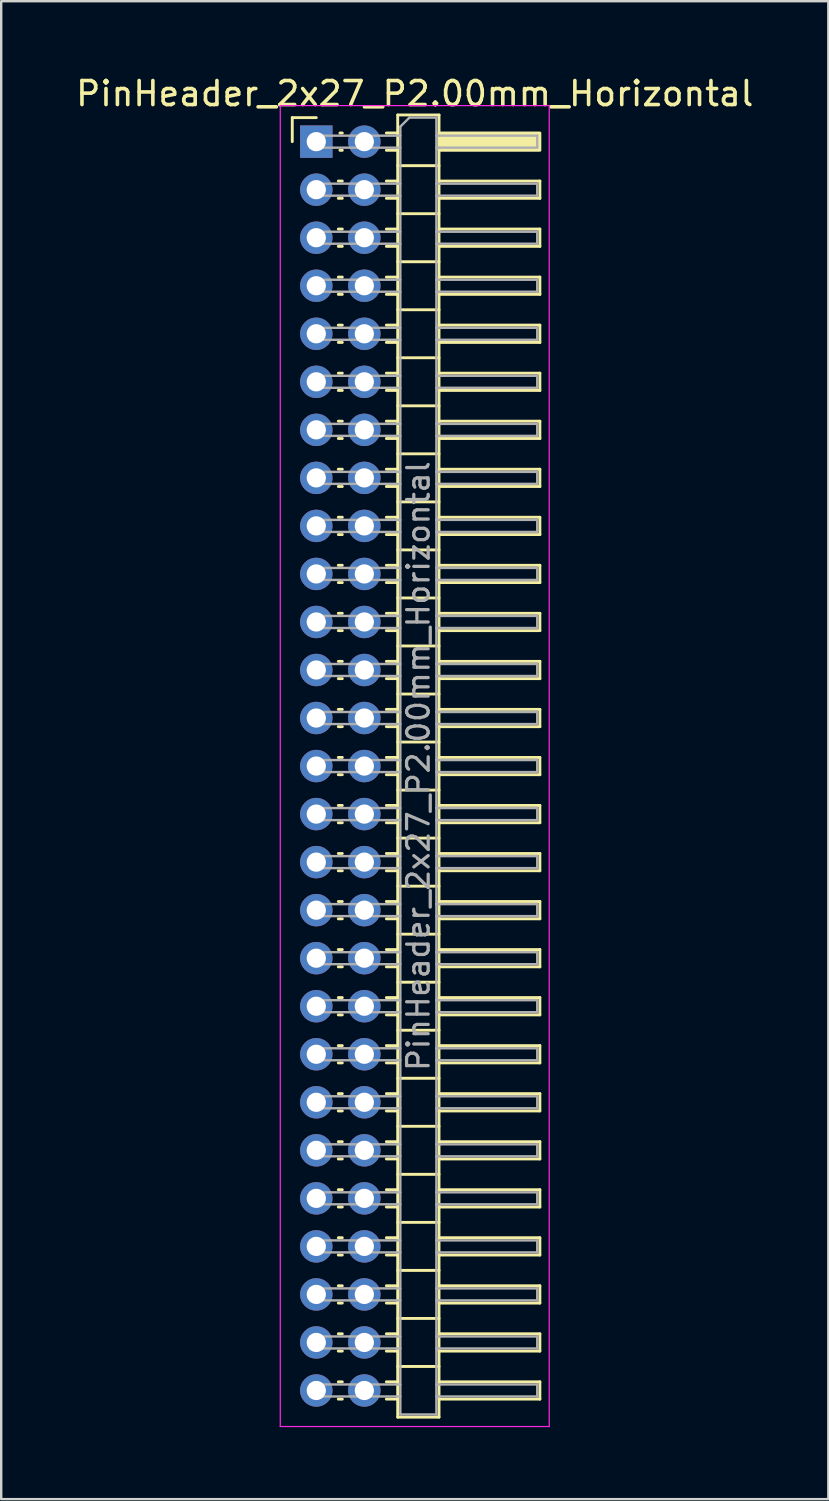
<source format=kicad_pcb>
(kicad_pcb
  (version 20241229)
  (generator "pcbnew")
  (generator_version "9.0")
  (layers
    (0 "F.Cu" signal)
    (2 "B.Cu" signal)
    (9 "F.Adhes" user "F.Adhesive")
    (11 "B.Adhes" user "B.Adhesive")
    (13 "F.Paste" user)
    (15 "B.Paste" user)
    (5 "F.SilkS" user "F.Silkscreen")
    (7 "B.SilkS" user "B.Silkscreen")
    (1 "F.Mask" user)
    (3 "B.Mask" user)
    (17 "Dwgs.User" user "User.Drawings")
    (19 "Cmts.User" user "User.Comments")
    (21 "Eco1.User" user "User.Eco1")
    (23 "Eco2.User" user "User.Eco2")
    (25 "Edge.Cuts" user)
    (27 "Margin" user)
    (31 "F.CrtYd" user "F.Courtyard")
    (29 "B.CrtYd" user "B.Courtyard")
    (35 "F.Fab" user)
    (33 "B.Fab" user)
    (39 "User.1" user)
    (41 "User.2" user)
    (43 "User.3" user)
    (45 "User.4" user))
  (footprint "PinHeader_2x27_P2.00mm_Horizontal"
    (layer "F.Cu")
    (at 10.12 2.848)
    (property "Reference" "PinHeader_2x27_P2.00mm_Horizontal" (at 4.1 -2 0) (layer "F.SilkS") (effects (font (size 1 1) (thickness 0.15))))
    (attr through_hole)
    (fp_line (start -1 -1) (end 0 -1) (stroke (width 0.12) (type solid)) (layer "F.SilkS"))
    (fp_line (start -1 0) (end -1 -1) (stroke (width 0.12) (type solid)) (layer "F.SilkS"))
    (fp_line (start 0.917 1.64) (end 1.083 1.64) (stroke (width 0.12) (type solid)) (layer "F.SilkS"))
    (fp_line (start 0.917 2.36) (end 1.083 2.36) (stroke (width 0.12) (type solid)) (layer "F.SilkS"))
    (fp_line (start 0.917 3.64) (end 1.083 3.64) (stroke (width 0.12) (type solid)) (layer "F.SilkS"))
    (fp_line (start 0.917 4.36) (end 1.083 4.36) (stroke (width 0.12) (type solid)) (layer "F.SilkS"))
    (fp_line (start 0.917 5.64) (end 1.083 5.64) (stroke (width 0.12) (type solid)) (layer "F.SilkS"))
    (fp_line (start 0.917 6.36) (end 1.083 6.36) (stroke (width 0.12) (type solid)) (layer "F.SilkS"))
    (fp_line (start 0.917 7.64) (end 1.083 7.64) (stroke (width 0.12) (type solid)) (layer "F.SilkS"))
    (fp_line (start 0.917 8.36) (end 1.083 8.36) (stroke (width 0.12) (type solid)) (layer "F.SilkS"))
    (fp_line (start 0.917 9.64) (end 1.083 9.64) (stroke (width 0.12) (type solid)) (layer "F.SilkS"))
    (fp_line (start 0.917 10.36) (end 1.083 10.36) (stroke (width 0.12) (type solid)) (layer "F.SilkS"))
    (fp_line (start 0.917 11.64) (end 1.083 11.64) (stroke (width 0.12) (type solid)) (layer "F.SilkS"))
    (fp_line (start 0.917 12.36) (end 1.083 12.36) (stroke (width 0.12) (type solid)) (layer "F.SilkS"))
    (fp_line (start 0.917 13.64) (end 1.083 13.64) (stroke (width 0.12) (type solid)) (layer "F.SilkS"))
    (fp_line (start 0.917 14.36) (end 1.083 14.36) (stroke (width 0.12) (type solid)) (layer "F.SilkS"))
    (fp_line (start 0.917 15.64) (end 1.083 15.64) (stroke (width 0.12) (type solid)) (layer "F.SilkS"))
    (fp_line (start 0.917 16.36) (end 1.083 16.36) (stroke (width 0.12) (type solid)) (layer "F.SilkS"))
    (fp_line (start 0.917 17.64) (end 1.083 17.64) (stroke (width 0.12) (type solid)) (layer "F.SilkS"))
    (fp_line (start 0.917 18.36) (end 1.083 18.36) (stroke (width 0.12) (type solid)) (layer "F.SilkS"))
    (fp_line (start 0.917 19.64) (end 1.083 19.64) (stroke (width 0.12) (type solid)) (layer "F.SilkS"))
    (fp_line (start 0.917 20.36) (end 1.083 20.36) (stroke (width 0.12) (type solid)) (layer "F.SilkS"))
    (fp_line (start 0.917 21.64) (end 1.083 21.64) (stroke (width 0.12) (type solid)) (layer "F.SilkS"))
    (fp_line (start 0.917 22.36) (end 1.083 22.36) (stroke (width 0.12) (type solid)) (layer "F.SilkS"))
    (fp_line (start 0.917 23.64) (end 1.083 23.64) (stroke (width 0.12) (type solid)) (layer "F.SilkS"))
    (fp_line (start 0.917 24.36) (end 1.083 24.36) (stroke (width 0.12) (type solid)) (layer "F.SilkS"))
    (fp_line (start 0.917 25.64) (end 1.083 25.64) (stroke (width 0.12) (type solid)) (layer "F.SilkS"))
    (fp_line (start 0.917 26.36) (end 1.083 26.36) (stroke (width 0.12) (type solid)) (layer "F.SilkS"))
    (fp_line (start 0.917 27.64) (end 1.083 27.64) (stroke (width 0.12) (type solid)) (layer "F.SilkS"))
    (fp_line (start 0.917 28.36) (end 1.083 28.36) (stroke (width 0.12) (type solid)) (layer "F.SilkS"))
    (fp_line (start 0.917 29.64) (end 1.083 29.64) (stroke (width 0.12) (type solid)) (layer "F.SilkS"))
    (fp_line (start 0.917 30.36) (end 1.083 30.36) (stroke (width 0.12) (type solid)) (layer "F.SilkS"))
    (fp_line (start 0.917 31.64) (end 1.083 31.64) (stroke (width 0.12) (type solid)) (layer "F.SilkS"))
    (fp_line (start 0.917 32.36) (end 1.083 32.36) (stroke (width 0.12) (type solid)) (layer "F.SilkS"))
    (fp_line (start 0.917 33.64) (end 1.083 33.64) (stroke (width 0.12) (type solid)) (layer "F.SilkS"))
    (fp_line (start 0.917 34.36) (end 1.083 34.36) (stroke (width 0.12) (type solid)) (layer "F.SilkS"))
    (fp_line (start 0.917 35.64) (end 1.083 35.64) (stroke (width 0.12) (type solid)) (layer "F.SilkS"))
    (fp_line (start 0.917 36.36) (end 1.083 36.36) (stroke (width 0.12) (type solid)) (layer "F.SilkS"))
    (fp_line (start 0.917 37.64) (end 1.083 37.64) (stroke (width 0.12) (type solid)) (layer "F.SilkS"))
    (fp_line (start 0.917 38.36) (end 1.083 38.36) (stroke (width 0.12) (type solid)) (layer "F.SilkS"))
    (fp_line (start 0.917 39.64) (end 1.083 39.64) (stroke (width 0.12) (type solid)) (layer "F.SilkS"))
    (fp_line (start 0.917 40.36) (end 1.083 40.36) (stroke (width 0.12) (type solid)) (layer "F.SilkS"))
    (fp_line (start 0.917 41.64) (end 1.083 41.64) (stroke (width 0.12) (type solid)) (layer "F.SilkS"))
    (fp_line (start 0.917 42.36) (end 1.083 42.36) (stroke (width 0.12) (type solid)) (layer "F.SilkS"))
    (fp_line (start 0.917 43.64) (end 1.083 43.64) (stroke (width 0.12) (type solid)) (layer "F.SilkS"))
    (fp_line (start 0.917 44.36) (end 1.083 44.36) (stroke (width 0.12) (type solid)) (layer "F.SilkS"))
    (fp_line (start 0.917 45.64) (end 1.083 45.64) (stroke (width 0.12) (type solid)) (layer "F.SilkS"))
    (fp_line (start 0.917 46.36) (end 1.083 46.36) (stroke (width 0.12) (type solid)) (layer "F.SilkS"))
    (fp_line (start 0.917 47.64) (end 1.083 47.64) (stroke (width 0.12) (type solid)) (layer "F.SilkS"))
    (fp_line (start 0.917 48.36) (end 1.083 48.36) (stroke (width 0.12) (type solid)) (layer "F.SilkS"))
    (fp_line (start 0.917 49.64) (end 1.083 49.64) (stroke (width 0.12) (type solid)) (layer "F.SilkS"))
    (fp_line (start 0.917 50.36) (end 1.083 50.36) (stroke (width 0.12) (type solid)) (layer "F.SilkS"))
    (fp_line (start 0.917 51.64) (end 1.083 51.64) (stroke (width 0.12) (type solid)) (layer "F.SilkS"))
    (fp_line (start 0.917 52.36) (end 1.083 52.36) (stroke (width 0.12) (type solid)) (layer "F.SilkS"))
    (fp_line (start 0.985 -0.36) (end 1.083 -0.36) (stroke (width 0.12) (type solid)) (layer "F.SilkS"))
    (fp_line (start 0.985 0.36) (end 1.083 0.36) (stroke (width 0.12) (type solid)) (layer "F.SilkS"))
    (fp_line (start 2.917 -0.36) (end 3.39 -0.36) (stroke (width 0.12) (type solid)) (layer "F.SilkS"))
    (fp_line (start 2.917 0.36) (end 3.39 0.36) (stroke (width 0.12) (type solid)) (layer "F.SilkS"))
    (fp_line (start 2.917 1.64) (end 3.39 1.64) (stroke (width 0.12) (type solid)) (layer "F.SilkS"))
    (fp_line (start 2.917 2.36) (end 3.39 2.36) (stroke (width 0.12) (type solid)) (layer "F.SilkS"))
    (fp_line (start 2.917 3.64) (end 3.39 3.64) (stroke (width 0.12) (type solid)) (layer "F.SilkS"))
    (fp_line (start 2.917 4.36) (end 3.39 4.36) (stroke (width 0.12) (type solid)) (layer "F.SilkS"))
    (fp_line (start 2.917 5.64) (end 3.39 5.64) (stroke (width 0.12) (type solid)) (layer "F.SilkS"))
    (fp_line (start 2.917 6.36) (end 3.39 6.36) (stroke (width 0.12) (type solid)) (layer "F.SilkS"))
    (fp_line (start 2.917 7.64) (end 3.39 7.64) (stroke (width 0.12) (type solid)) (layer "F.SilkS"))
    (fp_line (start 2.917 8.36) (end 3.39 8.36) (stroke (width 0.12) (type solid)) (layer "F.SilkS"))
    (fp_line (start 2.917 9.64) (end 3.39 9.64) (stroke (width 0.12) (type solid)) (layer "F.SilkS"))
    (fp_line (start 2.917 10.36) (end 3.39 10.36) (stroke (width 0.12) (type solid)) (layer "F.SilkS"))
    (fp_line (start 2.917 11.64) (end 3.39 11.64) (stroke (width 0.12) (type solid)) (layer "F.SilkS"))
    (fp_line (start 2.917 12.36) (end 3.39 12.36) (stroke (width 0.12) (type solid)) (layer "F.SilkS"))
    (fp_line (start 2.917 13.64) (end 3.39 13.64) (stroke (width 0.12) (type solid)) (layer "F.SilkS"))
    (fp_line (start 2.917 14.36) (end 3.39 14.36) (stroke (width 0.12) (type solid)) (layer "F.SilkS"))
    (fp_line (start 2.917 15.64) (end 3.39 15.64) (stroke (width 0.12) (type solid)) (layer "F.SilkS"))
    (fp_line (start 2.917 16.36) (end 3.39 16.36) (stroke (width 0.12) (type solid)) (layer "F.SilkS"))
    (fp_line (start 2.917 17.64) (end 3.39 17.64) (stroke (width 0.12) (type solid)) (layer "F.SilkS"))
    (fp_line (start 2.917 18.36) (end 3.39 18.36) (stroke (width 0.12) (type solid)) (layer "F.SilkS"))
    (fp_line (start 2.917 19.64) (end 3.39 19.64) (stroke (width 0.12) (type solid)) (layer "F.SilkS"))
    (fp_line (start 2.917 20.36) (end 3.39 20.36) (stroke (width 0.12) (type solid)) (layer "F.SilkS"))
    (fp_line (start 2.917 21.64) (end 3.39 21.64) (stroke (width 0.12) (type solid)) (layer "F.SilkS"))
    (fp_line (start 2.917 22.36) (end 3.39 22.36) (stroke (width 0.12) (type solid)) (layer "F.SilkS"))
    (fp_line (start 2.917 23.64) (end 3.39 23.64) (stroke (width 0.12) (type solid)) (layer "F.SilkS"))
    (fp_line (start 2.917 24.36) (end 3.39 24.36) (stroke (width 0.12) (type solid)) (layer "F.SilkS"))
    (fp_line (start 2.917 25.64) (end 3.39 25.64) (stroke (width 0.12) (type solid)) (layer "F.SilkS"))
    (fp_line (start 2.917 26.36) (end 3.39 26.36) (stroke (width 0.12) (type solid)) (layer "F.SilkS"))
    (fp_line (start 2.917 27.64) (end 3.39 27.64) (stroke (width 0.12) (type solid)) (layer "F.SilkS"))
    (fp_line (start 2.917 28.36) (end 3.39 28.36) (stroke (width 0.12) (type solid)) (layer "F.SilkS"))
    (fp_line (start 2.917 29.64) (end 3.39 29.64) (stroke (width 0.12) (type solid)) (layer "F.SilkS"))
    (fp_line (start 2.917 30.36) (end 3.39 30.36) (stroke (width 0.12) (type solid)) (layer "F.SilkS"))
    (fp_line (start 2.917 31.64) (end 3.39 31.64) (stroke (width 0.12) (type solid)) (layer "F.SilkS"))
    (fp_line (start 2.917 32.36) (end 3.39 32.36) (stroke (width 0.12) (type solid)) (layer "F.SilkS"))
    (fp_line (start 2.917 33.64) (end 3.39 33.64) (stroke (width 0.12) (type solid)) (layer "F.SilkS"))
    (fp_line (start 2.917 34.36) (end 3.39 34.36) (stroke (width 0.12) (type solid)) (layer "F.SilkS"))
    (fp_line (start 2.917 35.64) (end 3.39 35.64) (stroke (width 0.12) (type solid)) (layer "F.SilkS"))
    (fp_line (start 2.917 36.36) (end 3.39 36.36) (stroke (width 0.12) (type solid)) (layer "F.SilkS"))
    (fp_line (start 2.917 37.64) (end 3.39 37.64) (stroke (width 0.12) (type solid)) (layer "F.SilkS"))
    (fp_line (start 2.917 38.36) (end 3.39 38.36) (stroke (width 0.12) (type solid)) (layer "F.SilkS"))
    (fp_line (start 2.917 39.64) (end 3.39 39.64) (stroke (width 0.12) (type solid)) (layer "F.SilkS"))
    (fp_line (start 2.917 40.36) (end 3.39 40.36) (stroke (width 0.12) (type solid)) (layer "F.SilkS"))
    (fp_line (start 2.917 41.64) (end 3.39 41.64) (stroke (width 0.12) (type solid)) (layer "F.SilkS"))
    (fp_line (start 2.917 42.36) (end 3.39 42.36) (stroke (width 0.12) (type solid)) (layer "F.SilkS"))
    (fp_line (start 2.917 43.64) (end 3.39 43.64) (stroke (width 0.12) (type solid)) (layer "F.SilkS"))
    (fp_line (start 2.917 44.36) (end 3.39 44.36) (stroke (width 0.12) (type solid)) (layer "F.SilkS"))
    (fp_line (start 2.917 45.64) (end 3.39 45.64) (stroke (width 0.12) (type solid)) (layer "F.SilkS"))
    (fp_line (start 2.917 46.36) (end 3.39 46.36) (stroke (width 0.12) (type solid)) (layer "F.SilkS"))
    (fp_line (start 2.917 47.64) (end 3.39 47.64) (stroke (width 0.12) (type solid)) (layer "F.SilkS"))
    (fp_line (start 2.917 48.36) (end 3.39 48.36) (stroke (width 0.12) (type solid)) (layer "F.SilkS"))
    (fp_line (start 2.917 49.64) (end 3.39 49.64) (stroke (width 0.12) (type solid)) (layer "F.SilkS"))
    (fp_line (start 2.917 50.36) (end 3.39 50.36) (stroke (width 0.12) (type solid)) (layer "F.SilkS"))
    (fp_line (start 2.917 51.64) (end 3.39 51.64) (stroke (width 0.12) (type solid)) (layer "F.SilkS"))
    (fp_line (start 2.917 52.36) (end 3.39 52.36) (stroke (width 0.12) (type solid)) (layer "F.SilkS"))
    (fp_line (start 3.39 -1.11) (end 3.39 53.11) (stroke (width 0.12) (type solid)) (layer "F.SilkS"))
    (fp_line (start 3.39 1) (end 5.11 1) (stroke (width 0.12) (type solid)) (layer "F.SilkS"))
    (fp_line (start 3.39 3) (end 5.11 3) (stroke (width 0.12) (type solid)) (layer "F.SilkS"))
    (fp_line (start 3.39 5) (end 5.11 5) (stroke (width 0.12) (type solid)) (layer "F.SilkS"))
    (fp_line (start 3.39 7) (end 5.11 7) (stroke (width 0.12) (type solid)) (layer "F.SilkS"))
    (fp_line (start 3.39 9) (end 5.11 9) (stroke (width 0.12) (type solid)) (layer "F.SilkS"))
    (fp_line (start 3.39 11) (end 5.11 11) (stroke (width 0.12) (type solid)) (layer "F.SilkS"))
    (fp_line (start 3.39 13) (end 5.11 13) (stroke (width 0.12) (type solid)) (layer "F.SilkS"))
    (fp_line (start 3.39 15) (end 5.11 15) (stroke (width 0.12) (type solid)) (layer "F.SilkS"))
    (fp_line (start 3.39 17) (end 5.11 17) (stroke (width 0.12) (type solid)) (layer "F.SilkS"))
    (fp_line (start 3.39 19) (end 5.11 19) (stroke (width 0.12) (type solid)) (layer "F.SilkS"))
    (fp_line (start 3.39 21) (end 5.11 21) (stroke (width 0.12) (type solid)) (layer "F.SilkS"))
    (fp_line (start 3.39 23) (end 5.11 23) (stroke (width 0.12) (type solid)) (layer "F.SilkS"))
    (fp_line (start 3.39 25) (end 5.11 25) (stroke (width 0.12) (type solid)) (layer "F.SilkS"))
    (fp_line (start 3.39 27) (end 5.11 27) (stroke (width 0.12) (type solid)) (layer "F.SilkS"))
    (fp_line (start 3.39 29) (end 5.11 29) (stroke (width 0.12) (type solid)) (layer "F.SilkS"))
    (fp_line (start 3.39 31) (end 5.11 31) (stroke (width 0.12) (type solid)) (layer "F.SilkS"))
    (fp_line (start 3.39 33) (end 5.11 33) (stroke (width 0.12) (type solid)) (layer "F.SilkS"))
    (fp_line (start 3.39 35) (end 5.11 35) (stroke (width 0.12) (type solid)) (layer "F.SilkS"))
    (fp_line (start 3.39 37) (end 5.11 37) (stroke (width 0.12) (type solid)) (layer "F.SilkS"))
    (fp_line (start 3.39 39) (end 5.11 39) (stroke (width 0.12) (type solid)) (layer "F.SilkS"))
    (fp_line (start 3.39 41) (end 5.11 41) (stroke (width 0.12) (type solid)) (layer "F.SilkS"))
    (fp_line (start 3.39 43) (end 5.11 43) (stroke (width 0.12) (type solid)) (layer "F.SilkS"))
    (fp_line (start 3.39 45) (end 5.11 45) (stroke (width 0.12) (type solid)) (layer "F.SilkS"))
    (fp_line (start 3.39 47) (end 5.11 47) (stroke (width 0.12) (type solid)) (layer "F.SilkS"))
    (fp_line (start 3.39 49) (end 5.11 49) (stroke (width 0.12) (type solid)) (layer "F.SilkS"))
    (fp_line (start 3.39 51) (end 5.11 51) (stroke (width 0.12) (type solid)) (layer "F.SilkS"))
    (fp_line (start 3.39 53.11) (end 5.11 53.11) (stroke (width 0.12) (type solid)) (layer "F.SilkS"))
    (fp_line (start 5.11 -1.11) (end 3.39 -1.11) (stroke (width 0.12) (type solid)) (layer "F.SilkS"))
    (fp_line (start 5.11 1.64) (end 9.31 1.64) (stroke (width 0.12) (type solid)) (layer "F.SilkS"))
    (fp_line (start 5.11 3.64) (end 9.31 3.64) (stroke (width 0.12) (type solid)) (layer "F.SilkS"))
    (fp_line (start 5.11 5.64) (end 9.31 5.64) (stroke (width 0.12) (type solid)) (layer "F.SilkS"))
    (fp_line (start 5.11 7.64) (end 9.31 7.64) (stroke (width 0.12) (type solid)) (layer "F.SilkS"))
    (fp_line (start 5.11 9.64) (end 9.31 9.64) (stroke (width 0.12) (type solid)) (layer "F.SilkS"))
    (fp_line (start 5.11 11.64) (end 9.31 11.64) (stroke (width 0.12) (type solid)) (layer "F.SilkS"))
    (fp_line (start 5.11 13.64) (end 9.31 13.64) (stroke (width 0.12) (type solid)) (layer "F.SilkS"))
    (fp_line (start 5.11 15.64) (end 9.31 15.64) (stroke (width 0.12) (type solid)) (layer "F.SilkS"))
    (fp_line (start 5.11 17.64) (end 9.31 17.64) (stroke (width 0.12) (type solid)) (layer "F.SilkS"))
    (fp_line (start 5.11 19.64) (end 9.31 19.64) (stroke (width 0.12) (type solid)) (layer "F.SilkS"))
    (fp_line (start 5.11 21.64) (end 9.31 21.64) (stroke (width 0.12) (type solid)) (layer "F.SilkS"))
    (fp_line (start 5.11 23.64) (end 9.31 23.64) (stroke (width 0.12) (type solid)) (layer "F.SilkS"))
    (fp_line (start 5.11 25.64) (end 9.31 25.64) (stroke (width 0.12) (type solid)) (layer "F.SilkS"))
    (fp_line (start 5.11 27.64) (end 9.31 27.64) (stroke (width 0.12) (type solid)) (layer "F.SilkS"))
    (fp_line (start 5.11 29.64) (end 9.31 29.64) (stroke (width 0.12) (type solid)) (layer "F.SilkS"))
    (fp_line (start 5.11 31.64) (end 9.31 31.64) (stroke (width 0.12) (type solid)) (layer "F.SilkS"))
    (fp_line (start 5.11 33.64) (end 9.31 33.64) (stroke (width 0.12) (type solid)) (layer "F.SilkS"))
    (fp_line (start 5.11 35.64) (end 9.31 35.64) (stroke (width 0.12) (type solid)) (layer "F.SilkS"))
    (fp_line (start 5.11 37.64) (end 9.31 37.64) (stroke (width 0.12) (type solid)) (layer "F.SilkS"))
    (fp_line (start 5.11 39.64) (end 9.31 39.64) (stroke (width 0.12) (type solid)) (layer "F.SilkS"))
    (fp_line (start 5.11 41.64) (end 9.31 41.64) (stroke (width 0.12) (type solid)) (layer "F.SilkS"))
    (fp_line (start 5.11 43.64) (end 9.31 43.64) (stroke (width 0.12) (type solid)) (layer "F.SilkS"))
    (fp_line (start 5.11 45.64) (end 9.31 45.64) (stroke (width 0.12) (type solid)) (layer "F.SilkS"))
    (fp_line (start 5.11 47.64) (end 9.31 47.64) (stroke (width 0.12) (type solid)) (layer "F.SilkS"))
    (fp_line (start 5.11 49.64) (end 9.31 49.64) (stroke (width 0.12) (type solid)) (layer "F.SilkS"))
    (fp_line (start 5.11 51.64) (end 9.31 51.64) (stroke (width 0.12) (type solid)) (layer "F.SilkS"))
    (fp_line (start 5.11 53.11) (end 5.11 -1.11) (stroke (width 0.12) (type solid)) (layer "F.SilkS"))
    (fp_line (start 9.31 1.64) (end 9.31 2.36) (stroke (width 0.12) (type solid)) (layer "F.SilkS"))
    (fp_line (start 9.31 2.36) (end 5.11 2.36) (stroke (width 0.12) (type solid)) (layer "F.SilkS"))
    (fp_line (start 9.31 3.64) (end 9.31 4.36) (stroke (width 0.12) (type solid)) (layer "F.SilkS"))
    (fp_line (start 9.31 4.36) (end 5.11 4.36) (stroke (width 0.12) (type solid)) (layer "F.SilkS"))
    (fp_line (start 9.31 5.64) (end 9.31 6.36) (stroke (width 0.12) (type solid)) (layer "F.SilkS"))
    (fp_line (start 9.31 6.36) (end 5.11 6.36) (stroke (width 0.12) (type solid)) (layer "F.SilkS"))
    (fp_line (start 9.31 7.64) (end 9.31 8.36) (stroke (width 0.12) (type solid)) (layer "F.SilkS"))
    (fp_line (start 9.31 8.36) (end 5.11 8.36) (stroke (width 0.12) (type solid)) (layer "F.SilkS"))
    (fp_line (start 9.31 9.64) (end 9.31 10.36) (stroke (width 0.12) (type solid)) (layer "F.SilkS"))
    (fp_line (start 9.31 10.36) (end 5.11 10.36) (stroke (width 0.12) (type solid)) (layer "F.SilkS"))
    (fp_line (start 9.31 11.64) (end 9.31 12.36) (stroke (width 0.12) (type solid)) (layer "F.SilkS"))
    (fp_line (start 9.31 12.36) (end 5.11 12.36) (stroke (width 0.12) (type solid)) (layer "F.SilkS"))
    (fp_line (start 9.31 13.64) (end 9.31 14.36) (stroke (width 0.12) (type solid)) (layer "F.SilkS"))
    (fp_line (start 9.31 14.36) (end 5.11 14.36) (stroke (width 0.12) (type solid)) (layer "F.SilkS"))
    (fp_line (start 9.31 15.64) (end 9.31 16.36) (stroke (width 0.12) (type solid)) (layer "F.SilkS"))
    (fp_line (start 9.31 16.36) (end 5.11 16.36) (stroke (width 0.12) (type solid)) (layer "F.SilkS"))
    (fp_line (start 9.31 17.64) (end 9.31 18.36) (stroke (width 0.12) (type solid)) (layer "F.SilkS"))
    (fp_line (start 9.31 18.36) (end 5.11 18.36) (stroke (width 0.12) (type solid)) (layer "F.SilkS"))
    (fp_line (start 9.31 19.64) (end 9.31 20.36) (stroke (width 0.12) (type solid)) (layer "F.SilkS"))
    (fp_line (start 9.31 20.36) (end 5.11 20.36) (stroke (width 0.12) (type solid)) (layer "F.SilkS"))
    (fp_line (start 9.31 21.64) (end 9.31 22.36) (stroke (width 0.12) (type solid)) (layer "F.SilkS"))
    (fp_line (start 9.31 22.36) (end 5.11 22.36) (stroke (width 0.12) (type solid)) (layer "F.SilkS"))
    (fp_line (start 9.31 23.64) (end 9.31 24.36) (stroke (width 0.12) (type solid)) (layer "F.SilkS"))
    (fp_line (start 9.31 24.36) (end 5.11 24.36) (stroke (width 0.12) (type solid)) (layer "F.SilkS"))
    (fp_line (start 9.31 25.64) (end 9.31 26.36) (stroke (width 0.12) (type solid)) (layer "F.SilkS"))
    (fp_line (start 9.31 26.36) (end 5.11 26.36) (stroke (width 0.12) (type solid)) (layer "F.SilkS"))
    (fp_line (start 9.31 27.64) (end 9.31 28.36) (stroke (width 0.12) (type solid)) (layer "F.SilkS"))
    (fp_line (start 9.31 28.36) (end 5.11 28.36) (stroke (width 0.12) (type solid)) (layer "F.SilkS"))
    (fp_line (start 9.31 29.64) (end 9.31 30.36) (stroke (width 0.12) (type solid)) (layer "F.SilkS"))
    (fp_line (start 9.31 30.36) (end 5.11 30.36) (stroke (width 0.12) (type solid)) (layer "F.SilkS"))
    (fp_line (start 9.31 31.64) (end 9.31 32.36) (stroke (width 0.12) (type solid)) (layer "F.SilkS"))
    (fp_line (start 9.31 32.36) (end 5.11 32.36) (stroke (width 0.12) (type solid)) (layer "F.SilkS"))
    (fp_line (start 9.31 33.64) (end 9.31 34.36) (stroke (width 0.12) (type solid)) (layer "F.SilkS"))
    (fp_line (start 9.31 34.36) (end 5.11 34.36) (stroke (width 0.12) (type solid)) (layer "F.SilkS"))
    (fp_line (start 9.31 35.64) (end 9.31 36.36) (stroke (width 0.12) (type solid)) (layer "F.SilkS"))
    (fp_line (start 9.31 36.36) (end 5.11 36.36) (stroke (width 0.12) (type solid)) (layer "F.SilkS"))
    (fp_line (start 9.31 37.64) (end 9.31 38.36) (stroke (width 0.12) (type solid)) (layer "F.SilkS"))
    (fp_line (start 9.31 38.36) (end 5.11 38.36) (stroke (width 0.12) (type solid)) (layer "F.SilkS"))
    (fp_line (start 9.31 39.64) (end 9.31 40.36) (stroke (width 0.12) (type solid)) (layer "F.SilkS"))
    (fp_line (start 9.31 40.36) (end 5.11 40.36) (stroke (width 0.12) (type solid)) (layer "F.SilkS"))
    (fp_line (start 9.31 41.64) (end 9.31 42.36) (stroke (width 0.12) (type solid)) (layer "F.SilkS"))
    (fp_line (start 9.31 42.36) (end 5.11 42.36) (stroke (width 0.12) (type solid)) (layer "F.SilkS"))
    (fp_line (start 9.31 43.64) (end 9.31 44.36) (stroke (width 0.12) (type solid)) (layer "F.SilkS"))
    (fp_line (start 9.31 44.36) (end 5.11 44.36) (stroke (width 0.12) (type solid)) (layer "F.SilkS"))
    (fp_line (start 9.31 45.64) (end 9.31 46.36) (stroke (width 0.12) (type solid)) (layer "F.SilkS"))
    (fp_line (start 9.31 46.36) (end 5.11 46.36) (stroke (width 0.12) (type solid)) (layer "F.SilkS"))
    (fp_line (start 9.31 47.64) (end 9.31 48.36) (stroke (width 0.12) (type solid)) (layer "F.SilkS"))
    (fp_line (start 9.31 48.36) (end 5.11 48.36) (stroke (width 0.12) (type solid)) (layer "F.SilkS"))
    (fp_line (start 9.31 49.64) (end 9.31 50.36) (stroke (width 0.12) (type solid)) (layer "F.SilkS"))
    (fp_line (start 9.31 50.36) (end 5.11 50.36) (stroke (width 0.12) (type solid)) (layer "F.SilkS"))
    (fp_line (start 9.31 51.64) (end 9.31 52.36) (stroke (width 0.12) (type solid)) (layer "F.SilkS"))
    (fp_line (start 9.31 52.36) (end 5.11 52.36) (stroke (width 0.12) (type solid)) (layer "F.SilkS"))
    (fp_rect (start 5.11 -0.36) (end 9.31 0.36) (stroke (width 0.12) (type solid)) (fill yes) (layer "F.SilkS"))
    (fp_line (start -1.5 -1.5) (end -1.5 53.5) (stroke (width 0.05) (type solid)) (layer "F.CrtYd"))
    (fp_line (start -1.5 53.5) (end 9.7 53.5) (stroke (width 0.05) (type solid)) (layer "F.CrtYd"))
    (fp_line (start 9.7 -1.5) (end -1.5 -1.5) (stroke (width 0.05) (type solid)) (layer "F.CrtYd"))
    (fp_line (start 9.7 53.5) (end 9.7 -1.5) (stroke (width 0.05) (type solid)) (layer "F.CrtYd"))
    (fp_line (start -0.25 -0.25) (end -0.25 0.25) (stroke (width 0.1) (type solid)) (layer "F.Fab"))
    (fp_line (start -0.25 -0.25) (end 3.5 -0.25) (stroke (width 0.1) (type solid)) (layer "F.Fab"))
    (fp_line (start -0.25 0.25) (end 3.5 0.25) (stroke (width 0.1) (type solid)) (layer "F.Fab"))
    (fp_line (start -0.25 1.75) (end -0.25 2.25) (stroke (width 0.1) (type solid)) (layer "F.Fab"))
    (fp_line (start -0.25 1.75) (end 3.5 1.75) (stroke (width 0.1) (type solid)) (layer "F.Fab"))
    (fp_line (start -0.25 2.25) (end 3.5 2.25) (stroke (width 0.1) (type solid)) (layer "F.Fab"))
    (fp_line (start -0.25 3.75) (end -0.25 4.25) (stroke (width 0.1) (type solid)) (layer "F.Fab"))
    (fp_line (start -0.25 3.75) (end 3.5 3.75) (stroke (width 0.1) (type solid)) (layer "F.Fab"))
    (fp_line (start -0.25 4.25) (end 3.5 4.25) (stroke (width 0.1) (type solid)) (layer "F.Fab"))
    (fp_line (start -0.25 5.75) (end -0.25 6.25) (stroke (width 0.1) (type solid)) (layer "F.Fab"))
    (fp_line (start -0.25 5.75) (end 3.5 5.75) (stroke (width 0.1) (type solid)) (layer "F.Fab"))
    (fp_line (start -0.25 6.25) (end 3.5 6.25) (stroke (width 0.1) (type solid)) (layer "F.Fab"))
    (fp_line (start -0.25 7.75) (end -0.25 8.25) (stroke (width 0.1) (type solid)) (layer "F.Fab"))
    (fp_line (start -0.25 7.75) (end 3.5 7.75) (stroke (width 0.1) (type solid)) (layer "F.Fab"))
    (fp_line (start -0.25 8.25) (end 3.5 8.25) (stroke (width 0.1) (type solid)) (layer "F.Fab"))
    (fp_line (start -0.25 9.75) (end -0.25 10.25) (stroke (width 0.1) (type solid)) (layer "F.Fab"))
    (fp_line (start -0.25 9.75) (end 3.5 9.75) (stroke (width 0.1) (type solid)) (layer "F.Fab"))
    (fp_line (start -0.25 10.25) (end 3.5 10.25) (stroke (width 0.1) (type solid)) (layer "F.Fab"))
    (fp_line (start -0.25 11.75) (end -0.25 12.25) (stroke (width 0.1) (type solid)) (layer "F.Fab"))
    (fp_line (start -0.25 11.75) (end 3.5 11.75) (stroke (width 0.1) (type solid)) (layer "F.Fab"))
    (fp_line (start -0.25 12.25) (end 3.5 12.25) (stroke (width 0.1) (type solid)) (layer "F.Fab"))
    (fp_line (start -0.25 13.75) (end -0.25 14.25) (stroke (width 0.1) (type solid)) (layer "F.Fab"))
    (fp_line (start -0.25 13.75) (end 3.5 13.75) (stroke (width 0.1) (type solid)) (layer "F.Fab"))
    (fp_line (start -0.25 14.25) (end 3.5 14.25) (stroke (width 0.1) (type solid)) (layer "F.Fab"))
    (fp_line (start -0.25 15.75) (end -0.25 16.25) (stroke (width 0.1) (type solid)) (layer "F.Fab"))
    (fp_line (start -0.25 15.75) (end 3.5 15.75) (stroke (width 0.1) (type solid)) (layer "F.Fab"))
    (fp_line (start -0.25 16.25) (end 3.5 16.25) (stroke (width 0.1) (type solid)) (layer "F.Fab"))
    (fp_line (start -0.25 17.75) (end -0.25 18.25) (stroke (width 0.1) (type solid)) (layer "F.Fab"))
    (fp_line (start -0.25 17.75) (end 3.5 17.75) (stroke (width 0.1) (type solid)) (layer "F.Fab"))
    (fp_line (start -0.25 18.25) (end 3.5 18.25) (stroke (width 0.1) (type solid)) (layer "F.Fab"))
    (fp_line (start -0.25 19.75) (end -0.25 20.25) (stroke (width 0.1) (type solid)) (layer "F.Fab"))
    (fp_line (start -0.25 19.75) (end 3.5 19.75) (stroke (width 0.1) (type solid)) (layer "F.Fab"))
    (fp_line (start -0.25 20.25) (end 3.5 20.25) (stroke (width 0.1) (type solid)) (layer "F.Fab"))
    (fp_line (start -0.25 21.75) (end -0.25 22.25) (stroke (width 0.1) (type solid)) (layer "F.Fab"))
    (fp_line (start -0.25 21.75) (end 3.5 21.75) (stroke (width 0.1) (type solid)) (layer "F.Fab"))
    (fp_line (start -0.25 22.25) (end 3.5 22.25) (stroke (width 0.1) (type solid)) (layer "F.Fab"))
    (fp_line (start -0.25 23.75) (end -0.25 24.25) (stroke (width 0.1) (type solid)) (layer "F.Fab"))
    (fp_line (start -0.25 23.75) (end 3.5 23.75) (stroke (width 0.1) (type solid)) (layer "F.Fab"))
    (fp_line (start -0.25 24.25) (end 3.5 24.25) (stroke (width 0.1) (type solid)) (layer "F.Fab"))
    (fp_line (start -0.25 25.75) (end -0.25 26.25) (stroke (width 0.1) (type solid)) (layer "F.Fab"))
    (fp_line (start -0.25 25.75) (end 3.5 25.75) (stroke (width 0.1) (type solid)) (layer "F.Fab"))
    (fp_line (start -0.25 26.25) (end 3.5 26.25) (stroke (width 0.1) (type solid)) (layer "F.Fab"))
    (fp_line (start -0.25 27.75) (end -0.25 28.25) (stroke (width 0.1) (type solid)) (layer "F.Fab"))
    (fp_line (start -0.25 27.75) (end 3.5 27.75) (stroke (width 0.1) (type solid)) (layer "F.Fab"))
    (fp_line (start -0.25 28.25) (end 3.5 28.25) (stroke (width 0.1) (type solid)) (layer "F.Fab"))
    (fp_line (start -0.25 29.75) (end -0.25 30.25) (stroke (width 0.1) (type solid)) (layer "F.Fab"))
    (fp_line (start -0.25 29.75) (end 3.5 29.75) (stroke (width 0.1) (type solid)) (layer "F.Fab"))
    (fp_line (start -0.25 30.25) (end 3.5 30.25) (stroke (width 0.1) (type solid)) (layer "F.Fab"))
    (fp_line (start -0.25 31.75) (end -0.25 32.25) (stroke (width 0.1) (type solid)) (layer "F.Fab"))
    (fp_line (start -0.25 31.75) (end 3.5 31.75) (stroke (width 0.1) (type solid)) (layer "F.Fab"))
    (fp_line (start -0.25 32.25) (end 3.5 32.25) (stroke (width 0.1) (type solid)) (layer "F.Fab"))
    (fp_line (start -0.25 33.75) (end -0.25 34.25) (stroke (width 0.1) (type solid)) (layer "F.Fab"))
    (fp_line (start -0.25 33.75) (end 3.5 33.75) (stroke (width 0.1) (type solid)) (layer "F.Fab"))
    (fp_line (start -0.25 34.25) (end 3.5 34.25) (stroke (width 0.1) (type solid)) (layer "F.Fab"))
    (fp_line (start -0.25 35.75) (end -0.25 36.25) (stroke (width 0.1) (type solid)) (layer "F.Fab"))
    (fp_line (start -0.25 35.75) (end 3.5 35.75) (stroke (width 0.1) (type solid)) (layer "F.Fab"))
    (fp_line (start -0.25 36.25) (end 3.5 36.25) (stroke (width 0.1) (type solid)) (layer "F.Fab"))
    (fp_line (start -0.25 37.75) (end -0.25 38.25) (stroke (width 0.1) (type solid)) (layer "F.Fab"))
    (fp_line (start -0.25 37.75) (end 3.5 37.75) (stroke (width 0.1) (type solid)) (layer "F.Fab"))
    (fp_line (start -0.25 38.25) (end 3.5 38.25) (stroke (width 0.1) (type solid)) (layer "F.Fab"))
    (fp_line (start -0.25 39.75) (end -0.25 40.25) (stroke (width 0.1) (type solid)) (layer "F.Fab"))
    (fp_line (start -0.25 39.75) (end 3.5 39.75) (stroke (width 0.1) (type solid)) (layer "F.Fab"))
    (fp_line (start -0.25 40.25) (end 3.5 40.25) (stroke (width 0.1) (type solid)) (layer "F.Fab"))
    (fp_line (start -0.25 41.75) (end -0.25 42.25) (stroke (width 0.1) (type solid)) (layer "F.Fab"))
    (fp_line (start -0.25 41.75) (end 3.5 41.75) (stroke (width 0.1) (type solid)) (layer "F.Fab"))
    (fp_line (start -0.25 42.25) (end 3.5 42.25) (stroke (width 0.1) (type solid)) (layer "F.Fab"))
    (fp_line (start -0.25 43.75) (end -0.25 44.25) (stroke (width 0.1) (type solid)) (layer "F.Fab"))
    (fp_line (start -0.25 43.75) (end 3.5 43.75) (stroke (width 0.1) (type solid)) (layer "F.Fab"))
    (fp_line (start -0.25 44.25) (end 3.5 44.25) (stroke (width 0.1) (type solid)) (layer "F.Fab"))
    (fp_line (start -0.25 45.75) (end -0.25 46.25) (stroke (width 0.1) (type solid)) (layer "F.Fab"))
    (fp_line (start -0.25 45.75) (end 3.5 45.75) (stroke (width 0.1) (type solid)) (layer "F.Fab"))
    (fp_line (start -0.25 46.25) (end 3.5 46.25) (stroke (width 0.1) (type solid)) (layer "F.Fab"))
    (fp_line (start -0.25 47.75) (end -0.25 48.25) (stroke (width 0.1) (type solid)) (layer "F.Fab"))
    (fp_line (start -0.25 47.75) (end 3.5 47.75) (stroke (width 0.1) (type solid)) (layer "F.Fab"))
    (fp_line (start -0.25 48.25) (end 3.5 48.25) (stroke (width 0.1) (type solid)) (layer "F.Fab"))
    (fp_line (start -0.25 49.75) (end -0.25 50.25) (stroke (width 0.1) (type solid)) (layer "F.Fab"))
    (fp_line (start -0.25 49.75) (end 3.5 49.75) (stroke (width 0.1) (type solid)) (layer "F.Fab"))
    (fp_line (start -0.25 50.25) (end 3.5 50.25) (stroke (width 0.1) (type solid)) (layer "F.Fab"))
    (fp_line (start -0.25 51.75) (end -0.25 52.25) (stroke (width 0.1) (type solid)) (layer "F.Fab"))
    (fp_line (start -0.25 51.75) (end 3.5 51.75) (stroke (width 0.1) (type solid)) (layer "F.Fab"))
    (fp_line (start -0.25 52.25) (end 3.5 52.25) (stroke (width 0.1) (type solid)) (layer "F.Fab"))
    (fp_line (start 3.5 -0.625) (end 3.875 -1) (stroke (width 0.1) (type solid)) (layer "F.Fab"))
    (fp_line (start 3.5 53) (end 3.5 -0.625) (stroke (width 0.1) (type solid)) (layer "F.Fab"))
    (fp_line (start 3.875 -1) (end 5 -1) (stroke (width 0.1) (type solid)) (layer "F.Fab"))
    (fp_line (start 5 -1) (end 5 53) (stroke (width 0.1) (type solid)) (layer "F.Fab"))
    (fp_line (start 5 -0.25) (end 9.2 -0.25) (stroke (width 0.1) (type solid)) (layer "F.Fab"))
    (fp_line (start 5 0.25) (end 9.2 0.25) (stroke (width 0.1) (type solid)) (layer "F.Fab"))
    (fp_line (start 5 1.75) (end 9.2 1.75) (stroke (width 0.1) (type solid)) (layer "F.Fab"))
    (fp_line (start 5 2.25) (end 9.2 2.25) (stroke (width 0.1) (type solid)) (layer "F.Fab"))
    (fp_line (start 5 3.75) (end 9.2 3.75) (stroke (width 0.1) (type solid)) (layer "F.Fab"))
    (fp_line (start 5 4.25) (end 9.2 4.25) (stroke (width 0.1) (type solid)) (layer "F.Fab"))
    (fp_line (start 5 5.75) (end 9.2 5.75) (stroke (width 0.1) (type solid)) (layer "F.Fab"))
    (fp_line (start 5 6.25) (end 9.2 6.25) (stroke (width 0.1) (type solid)) (layer "F.Fab"))
    (fp_line (start 5 7.75) (end 9.2 7.75) (stroke (width 0.1) (type solid)) (layer "F.Fab"))
    (fp_line (start 5 8.25) (end 9.2 8.25) (stroke (width 0.1) (type solid)) (layer "F.Fab"))
    (fp_line (start 5 9.75) (end 9.2 9.75) (stroke (width 0.1) (type solid)) (layer "F.Fab"))
    (fp_line (start 5 10.25) (end 9.2 10.25) (stroke (width 0.1) (type solid)) (layer "F.Fab"))
    (fp_line (start 5 11.75) (end 9.2 11.75) (stroke (width 0.1) (type solid)) (layer "F.Fab"))
    (fp_line (start 5 12.25) (end 9.2 12.25) (stroke (width 0.1) (type solid)) (layer "F.Fab"))
    (fp_line (start 5 13.75) (end 9.2 13.75) (stroke (width 0.1) (type solid)) (layer "F.Fab"))
    (fp_line (start 5 14.25) (end 9.2 14.25) (stroke (width 0.1) (type solid)) (layer "F.Fab"))
    (fp_line (start 5 15.75) (end 9.2 15.75) (stroke (width 0.1) (type solid)) (layer "F.Fab"))
    (fp_line (start 5 16.25) (end 9.2 16.25) (stroke (width 0.1) (type solid)) (layer "F.Fab"))
    (fp_line (start 5 17.75) (end 9.2 17.75) (stroke (width 0.1) (type solid)) (layer "F.Fab"))
    (fp_line (start 5 18.25) (end 9.2 18.25) (stroke (width 0.1) (type solid)) (layer "F.Fab"))
    (fp_line (start 5 19.75) (end 9.2 19.75) (stroke (width 0.1) (type solid)) (layer "F.Fab"))
    (fp_line (start 5 20.25) (end 9.2 20.25) (stroke (width 0.1) (type solid)) (layer "F.Fab"))
    (fp_line (start 5 21.75) (end 9.2 21.75) (stroke (width 0.1) (type solid)) (layer "F.Fab"))
    (fp_line (start 5 22.25) (end 9.2 22.25) (stroke (width 0.1) (type solid)) (layer "F.Fab"))
    (fp_line (start 5 23.75) (end 9.2 23.75) (stroke (width 0.1) (type solid)) (layer "F.Fab"))
    (fp_line (start 5 24.25) (end 9.2 24.25) (stroke (width 0.1) (type solid)) (layer "F.Fab"))
    (fp_line (start 5 25.75) (end 9.2 25.75) (stroke (width 0.1) (type solid)) (layer "F.Fab"))
    (fp_line (start 5 26.25) (end 9.2 26.25) (stroke (width 0.1) (type solid)) (layer "F.Fab"))
    (fp_line (start 5 27.75) (end 9.2 27.75) (stroke (width 0.1) (type solid)) (layer "F.Fab"))
    (fp_line (start 5 28.25) (end 9.2 28.25) (stroke (width 0.1) (type solid)) (layer "F.Fab"))
    (fp_line (start 5 29.75) (end 9.2 29.75) (stroke (width 0.1) (type solid)) (layer "F.Fab"))
    (fp_line (start 5 30.25) (end 9.2 30.25) (stroke (width 0.1) (type solid)) (layer "F.Fab"))
    (fp_line (start 5 31.75) (end 9.2 31.75) (stroke (width 0.1) (type solid)) (layer "F.Fab"))
    (fp_line (start 5 32.25) (end 9.2 32.25) (stroke (width 0.1) (type solid)) (layer "F.Fab"))
    (fp_line (start 5 33.75) (end 9.2 33.75) (stroke (width 0.1) (type solid)) (layer "F.Fab"))
    (fp_line (start 5 34.25) (end 9.2 34.25) (stroke (width 0.1) (type solid)) (layer "F.Fab"))
    (fp_line (start 5 35.75) (end 9.2 35.75) (stroke (width 0.1) (type solid)) (layer "F.Fab"))
    (fp_line (start 5 36.25) (end 9.2 36.25) (stroke (width 0.1) (type solid)) (layer "F.Fab"))
    (fp_line (start 5 37.75) (end 9.2 37.75) (stroke (width 0.1) (type solid)) (layer "F.Fab"))
    (fp_line (start 5 38.25) (end 9.2 38.25) (stroke (width 0.1) (type solid)) (layer "F.Fab"))
    (fp_line (start 5 39.75) (end 9.2 39.75) (stroke (width 0.1) (type solid)) (layer "F.Fab"))
    (fp_line (start 5 40.25) (end 9.2 40.25) (stroke (width 0.1) (type solid)) (layer "F.Fab"))
    (fp_line (start 5 41.75) (end 9.2 41.75) (stroke (width 0.1) (type solid)) (layer "F.Fab"))
    (fp_line (start 5 42.25) (end 9.2 42.25) (stroke (width 0.1) (type solid)) (layer "F.Fab"))
    (fp_line (start 5 43.75) (end 9.2 43.75) (stroke (width 0.1) (type solid)) (layer "F.Fab"))
    (fp_line (start 5 44.25) (end 9.2 44.25) (stroke (width 0.1) (type solid)) (layer "F.Fab"))
    (fp_line (start 5 45.75) (end 9.2 45.75) (stroke (width 0.1) (type solid)) (layer "F.Fab"))
    (fp_line (start 5 46.25) (end 9.2 46.25) (stroke (width 0.1) (type solid)) (layer "F.Fab"))
    (fp_line (start 5 47.75) (end 9.2 47.75) (stroke (width 0.1) (type solid)) (layer "F.Fab"))
    (fp_line (start 5 48.25) (end 9.2 48.25) (stroke (width 0.1) (type solid)) (layer "F.Fab"))
    (fp_line (start 5 49.75) (end 9.2 49.75) (stroke (width 0.1) (type solid)) (layer "F.Fab"))
    (fp_line (start 5 50.25) (end 9.2 50.25) (stroke (width 0.1) (type solid)) (layer "F.Fab"))
    (fp_line (start 5 51.75) (end 9.2 51.75) (stroke (width 0.1) (type solid)) (layer "F.Fab"))
    (fp_line (start 5 52.25) (end 9.2 52.25) (stroke (width 0.1) (type solid)) (layer "F.Fab"))
    (fp_line (start 5 53) (end 3.5 53) (stroke (width 0.1) (type solid)) (layer "F.Fab"))
    (fp_line (start 9.2 -0.25) (end 9.2 0.25) (stroke (width 0.1) (type solid)) (layer "F.Fab"))
    (fp_line (start 9.2 1.75) (end 9.2 2.25) (stroke (width 0.1) (type solid)) (layer "F.Fab"))
    (fp_line (start 9.2 3.75) (end 9.2 4.25) (stroke (width 0.1) (type solid)) (layer "F.Fab"))
    (fp_line (start 9.2 5.75) (end 9.2 6.25) (stroke (width 0.1) (type solid)) (layer "F.Fab"))
    (fp_line (start 9.2 7.75) (end 9.2 8.25) (stroke (width 0.1) (type solid)) (layer "F.Fab"))
    (fp_line (start 9.2 9.75) (end 9.2 10.25) (stroke (width 0.1) (type solid)) (layer "F.Fab"))
    (fp_line (start 9.2 11.75) (end 9.2 12.25) (stroke (width 0.1) (type solid)) (layer "F.Fab"))
    (fp_line (start 9.2 13.75) (end 9.2 14.25) (stroke (width 0.1) (type solid)) (layer "F.Fab"))
    (fp_line (start 9.2 15.75) (end 9.2 16.25) (stroke (width 0.1) (type solid)) (layer "F.Fab"))
    (fp_line (start 9.2 17.75) (end 9.2 18.25) (stroke (width 0.1) (type solid)) (layer "F.Fab"))
    (fp_line (start 9.2 19.75) (end 9.2 20.25) (stroke (width 0.1) (type solid)) (layer "F.Fab"))
    (fp_line (start 9.2 21.75) (end 9.2 22.25) (stroke (width 0.1) (type solid)) (layer "F.Fab"))
    (fp_line (start 9.2 23.75) (end 9.2 24.25) (stroke (width 0.1) (type solid)) (layer "F.Fab"))
    (fp_line (start 9.2 25.75) (end 9.2 26.25) (stroke (width 0.1) (type solid)) (layer "F.Fab"))
    (fp_line (start 9.2 27.75) (end 9.2 28.25) (stroke (width 0.1) (type solid)) (layer "F.Fab"))
    (fp_line (start 9.2 29.75) (end 9.2 30.25) (stroke (width 0.1) (type solid)) (layer "F.Fab"))
    (fp_line (start 9.2 31.75) (end 9.2 32.25) (stroke (width 0.1) (type solid)) (layer "F.Fab"))
    (fp_line (start 9.2 33.75) (end 9.2 34.25) (stroke (width 0.1) (type solid)) (layer "F.Fab"))
    (fp_line (start 9.2 35.75) (end 9.2 36.25) (stroke (width 0.1) (type solid)) (layer "F.Fab"))
    (fp_line (start 9.2 37.75) (end 9.2 38.25) (stroke (width 0.1) (type solid)) (layer "F.Fab"))
    (fp_line (start 9.2 39.75) (end 9.2 40.25) (stroke (width 0.1) (type solid)) (layer "F.Fab"))
    (fp_line (start 9.2 41.75) (end 9.2 42.25) (stroke (width 0.1) (type solid)) (layer "F.Fab"))
    (fp_line (start 9.2 43.75) (end 9.2 44.25) (stroke (width 0.1) (type solid)) (layer "F.Fab"))
    (fp_line (start 9.2 45.75) (end 9.2 46.25) (stroke (width 0.1) (type solid)) (layer "F.Fab"))
    (fp_line (start 9.2 47.75) (end 9.2 48.25) (stroke (width 0.1) (type solid)) (layer "F.Fab"))
    (fp_line (start 9.2 49.75) (end 9.2 50.25) (stroke (width 0.1) (type solid)) (layer "F.Fab"))
    (fp_line (start 9.2 51.75) (end 9.2 52.25) (stroke (width 0.1) (type solid)) (layer "F.Fab"))
    (fp_text user "${REFERENCE}" (at 4.25 26 90) (layer "F.Fab") (effects (font (size 0.9 0.9) (thickness 0.135))))
    (pad "1" thru_hole rect (at 0 0) (size 1.35 1.35) (drill 0.8) (layers "*.Cu" "*.Mask"))
    (pad "2" thru_hole circle (at 2 0) (size 1.35 1.35) (drill 0.8) (layers "*.Cu" "*.Mask"))
    (pad "3" thru_hole circle (at 0 2) (size 1.35 1.35) (drill 0.8) (layers "*.Cu" "*.Mask"))
    (pad "4" thru_hole circle (at 2 2) (size 1.35 1.35) (drill 0.8) (layers "*.Cu" "*.Mask"))
    (pad "5" thru_hole circle (at 0 4) (size 1.35 1.35) (drill 0.8) (layers "*.Cu" "*.Mask"))
    (pad "6" thru_hole circle (at 2 4) (size 1.35 1.35) (drill 0.8) (layers "*.Cu" "*.Mask"))
    (pad "7" thru_hole circle (at 0 6) (size 1.35 1.35) (drill 0.8) (layers "*.Cu" "*.Mask"))
    (pad "8" thru_hole circle (at 2 6) (size 1.35 1.35) (drill 0.8) (layers "*.Cu" "*.Mask"))
    (pad "9" thru_hole circle (at 0 8) (size 1.35 1.35) (drill 0.8) (layers "*.Cu" "*.Mask"))
    (pad "10" thru_hole circle (at 2 8) (size 1.35 1.35) (drill 0.8) (layers "*.Cu" "*.Mask"))
    (pad "11" thru_hole circle (at 0 10) (size 1.35 1.35) (drill 0.8) (layers "*.Cu" "*.Mask"))
    (pad "12" thru_hole circle (at 2 10) (size 1.35 1.35) (drill 0.8) (layers "*.Cu" "*.Mask"))
    (pad "13" thru_hole circle (at 0 12) (size 1.35 1.35) (drill 0.8) (layers "*.Cu" "*.Mask"))
    (pad "14" thru_hole circle (at 2 12) (size 1.35 1.35) (drill 0.8) (layers "*.Cu" "*.Mask"))
    (pad "15" thru_hole circle (at 0 14) (size 1.35 1.35) (drill 0.8) (layers "*.Cu" "*.Mask"))
    (pad "16" thru_hole circle (at 2 14) (size 1.35 1.35) (drill 0.8) (layers "*.Cu" "*.Mask"))
    (pad "17" thru_hole circle (at 0 16) (size 1.35 1.35) (drill 0.8) (layers "*.Cu" "*.Mask"))
    (pad "18" thru_hole circle (at 2 16) (size 1.35 1.35) (drill 0.8) (layers "*.Cu" "*.Mask"))
    (pad "19" thru_hole circle (at 0 18) (size 1.35 1.35) (drill 0.8) (layers "*.Cu" "*.Mask"))
    (pad "20" thru_hole circle (at 2 18) (size 1.35 1.35) (drill 0.8) (layers "*.Cu" "*.Mask"))
    (pad "21" thru_hole circle (at 0 20) (size 1.35 1.35) (drill 0.8) (layers "*.Cu" "*.Mask"))
    (pad "22" thru_hole circle (at 2 20) (size 1.35 1.35) (drill 0.8) (layers "*.Cu" "*.Mask"))
    (pad "23" thru_hole circle (at 0 22) (size 1.35 1.35) (drill 0.8) (layers "*.Cu" "*.Mask"))
    (pad "24" thru_hole circle (at 2 22) (size 1.35 1.35) (drill 0.8) (layers "*.Cu" "*.Mask"))
    (pad "25" thru_hole circle (at 0 24) (size 1.35 1.35) (drill 0.8) (layers "*.Cu" "*.Mask"))
    (pad "26" thru_hole circle (at 2 24) (size 1.35 1.35) (drill 0.8) (layers "*.Cu" "*.Mask"))
    (pad "27" thru_hole circle (at 0 26) (size 1.35 1.35) (drill 0.8) (layers "*.Cu" "*.Mask"))
    (pad "28" thru_hole circle (at 2 26) (size 1.35 1.35) (drill 0.8) (layers "*.Cu" "*.Mask"))
    (pad "29" thru_hole circle (at 0 28) (size 1.35 1.35) (drill 0.8) (layers "*.Cu" "*.Mask"))
    (pad "30" thru_hole circle (at 2 28) (size 1.35 1.35) (drill 0.8) (layers "*.Cu" "*.Mask"))
    (pad "31" thru_hole circle (at 0 30) (size 1.35 1.35) (drill 0.8) (layers "*.Cu" "*.Mask"))
    (pad "32" thru_hole circle (at 2 30) (size 1.35 1.35) (drill 0.8) (layers "*.Cu" "*.Mask"))
    (pad "33" thru_hole circle (at 0 32) (size 1.35 1.35) (drill 0.8) (layers "*.Cu" "*.Mask"))
    (pad "34" thru_hole circle (at 2 32) (size 1.35 1.35) (drill 0.8) (layers "*.Cu" "*.Mask"))
    (pad "35" thru_hole circle (at 0 34) (size 1.35 1.35) (drill 0.8) (layers "*.Cu" "*.Mask"))
    (pad "36" thru_hole circle (at 2 34) (size 1.35 1.35) (drill 0.8) (layers "*.Cu" "*.Mask"))
    (pad "37" thru_hole circle (at 0 36) (size 1.35 1.35) (drill 0.8) (layers "*.Cu" "*.Mask"))
    (pad "38" thru_hole circle (at 2 36) (size 1.35 1.35) (drill 0.8) (layers "*.Cu" "*.Mask"))
    (pad "39" thru_hole circle (at 0 38) (size 1.35 1.35) (drill 0.8) (layers "*.Cu" "*.Mask"))
    (pad "40" thru_hole circle (at 2 38) (size 1.35 1.35) (drill 0.8) (layers "*.Cu" "*.Mask"))
    (pad "41" thru_hole circle (at 0 40) (size 1.35 1.35) (drill 0.8) (layers "*.Cu" "*.Mask"))
    (pad "42" thru_hole circle (at 2 40) (size 1.35 1.35) (drill 0.8) (layers "*.Cu" "*.Mask"))
    (pad "43" thru_hole circle (at 0 42) (size 1.35 1.35) (drill 0.8) (layers "*.Cu" "*.Mask"))
    (pad "44" thru_hole circle (at 2 42) (size 1.35 1.35) (drill 0.8) (layers "*.Cu" "*.Mask"))
    (pad "45" thru_hole circle (at 0 44) (size 1.35 1.35) (drill 0.8) (layers "*.Cu" "*.Mask"))
    (pad "46" thru_hole circle (at 2 44) (size 1.35 1.35) (drill 0.8) (layers "*.Cu" "*.Mask"))
    (pad "47" thru_hole circle (at 0 46) (size 1.35 1.35) (drill 0.8) (layers "*.Cu" "*.Mask"))
    (pad "48" thru_hole circle (at 2 46) (size 1.35 1.35) (drill 0.8) (layers "*.Cu" "*.Mask"))
    (pad "49" thru_hole circle (at 0 48) (size 1.35 1.35) (drill 0.8) (layers "*.Cu" "*.Mask"))
    (pad "50" thru_hole circle (at 2 48) (size 1.35 1.35) (drill 0.8) (layers "*.Cu" "*.Mask"))
    (pad "51" thru_hole circle (at 0 50) (size 1.35 1.35) (drill 0.8) (layers "*.Cu" "*.Mask"))
    (pad "52" thru_hole circle (at 2 50) (size 1.35 1.35) (drill 0.8) (layers "*.Cu" "*.Mask"))
    (pad "53" thru_hole circle (at 0 52) (size 1.35 1.35) (drill 0.8) (layers "*.Cu" "*.Mask"))
    (pad "54" thru_hole circle (at 2 52) (size 1.35 1.35) (drill 0.8) (layers "*.Cu" "*.Mask")))
  (gr_rect
    (start -3 -3)
    (end 31.44 59.373)
    (stroke (width 0.1) (type default))
    (fill no)
    (layer "Edge.Cuts")))
</source>
